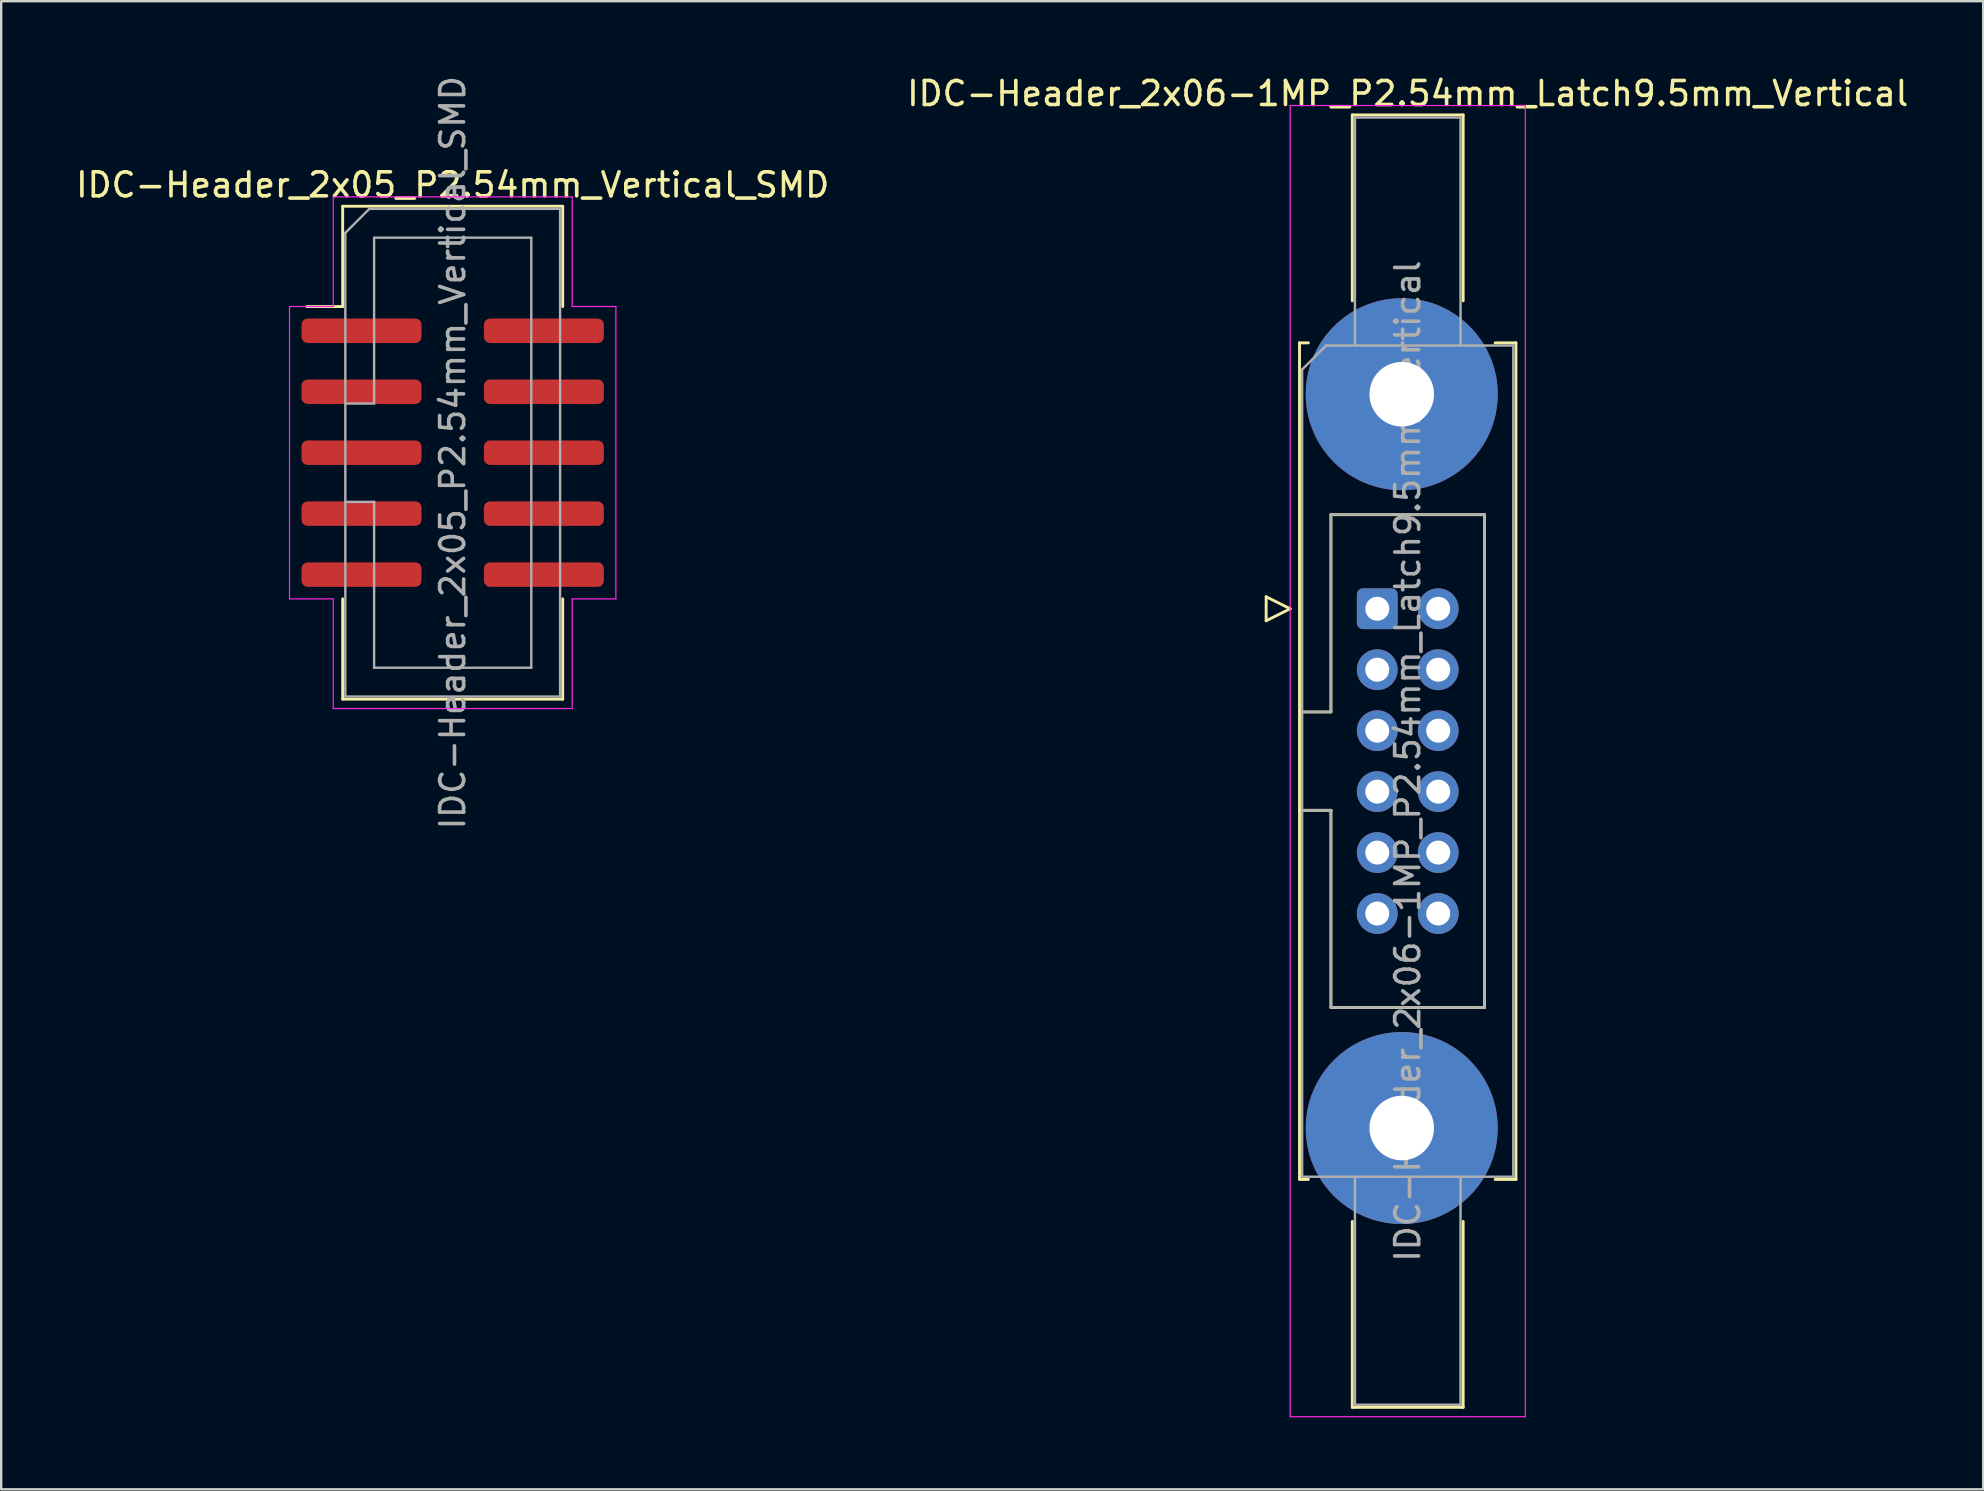
<source format=kicad_pcb>
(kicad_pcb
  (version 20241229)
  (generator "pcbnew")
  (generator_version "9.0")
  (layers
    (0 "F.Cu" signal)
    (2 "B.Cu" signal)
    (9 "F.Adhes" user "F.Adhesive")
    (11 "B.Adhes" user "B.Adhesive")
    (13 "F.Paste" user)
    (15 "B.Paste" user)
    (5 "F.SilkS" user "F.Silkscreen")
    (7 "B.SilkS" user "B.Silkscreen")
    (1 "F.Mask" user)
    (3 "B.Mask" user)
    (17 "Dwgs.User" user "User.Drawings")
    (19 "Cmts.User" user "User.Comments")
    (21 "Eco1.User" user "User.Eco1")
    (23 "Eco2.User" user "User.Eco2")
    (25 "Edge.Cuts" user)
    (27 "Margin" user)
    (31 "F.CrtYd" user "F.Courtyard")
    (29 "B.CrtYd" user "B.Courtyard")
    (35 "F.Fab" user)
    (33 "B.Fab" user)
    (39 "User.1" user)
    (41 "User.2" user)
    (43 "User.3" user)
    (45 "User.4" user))
  (footprint "IDC-Header_2x06-1MP_P2.54mm_Latch9.5mm_Vertical"
    (layer "F.Cu")
    (at 54.343 22.318)
    (property "Reference" "IDC-Header_2x06-1MP_P2.54mm_Latch9.5mm_Vertical" (at 1.27 -21.47 0) (layer "F.SilkS") (effects (font (size 1 1) (thickness 0.15))))
    (attr through_hole)
    (fp_line (start -4.63 -0.5) (end -4.63 0.5) (stroke (width 0.12) (type solid)) (layer "F.SilkS"))
    (fp_line (start -4.63 0.5) (end -3.63 0) (stroke (width 0.12) (type solid)) (layer "F.SilkS"))
    (fp_line (start -3.63 0) (end -4.63 -0.5) (stroke (width 0.12) (type solid)) (layer "F.SilkS"))
    (fp_line (start -3.24 -11.08) (end -3.24 23.78) (stroke (width 0.12) (type solid)) (layer "F.SilkS"))
    (fp_line (start -3.24 4.3) (end -1.93 4.3) (stroke (width 0.12) (type solid)) (layer "F.SilkS"))
    (fp_line (start -3.24 23.78) (end -2.87 23.78) (stroke (width 0.12) (type solid)) (layer "F.SilkS"))
    (fp_line (start -2.87 -11.08) (end -3.24 -11.08) (stroke (width 0.12) (type solid)) (layer "F.SilkS"))
    (fp_line (start -1.93 -3.92) (end 4.47 -3.92) (stroke (width 0.12) (type solid)) (layer "F.SilkS"))
    (fp_line (start -1.93 4.3) (end -1.93 -3.92) (stroke (width 0.12) (type solid)) (layer "F.SilkS"))
    (fp_line (start -1.93 8.4) (end -3.24 8.4) (stroke (width 0.12) (type solid)) (layer "F.SilkS"))
    (fp_line (start -1.93 8.4) (end -1.93 8.4) (stroke (width 0.12) (type solid)) (layer "F.SilkS"))
    (fp_line (start -1.93 16.62) (end -1.93 8.4) (stroke (width 0.12) (type solid)) (layer "F.SilkS"))
    (fp_line (start -1.04 -20.58) (end 3.58 -20.58) (stroke (width 0.12) (type solid)) (layer "F.SilkS"))
    (fp_line (start -1.04 -12.83) (end -1.04 -20.58) (stroke (width 0.12) (type solid)) (layer "F.SilkS"))
    (fp_line (start -1.04 25.53) (end -1.04 33.28) (stroke (width 0.12) (type solid)) (layer "F.SilkS"))
    (fp_line (start -1.04 33.28) (end 3.58 33.28) (stroke (width 0.12) (type solid)) (layer "F.SilkS"))
    (fp_line (start 3.58 -20.58) (end 3.58 -12.83) (stroke (width 0.12) (type solid)) (layer "F.SilkS"))
    (fp_line (start 3.58 33.28) (end 3.58 25.53) (stroke (width 0.12) (type solid)) (layer "F.SilkS"))
    (fp_line (start 4.47 -3.92) (end 4.47 16.62) (stroke (width 0.12) (type solid)) (layer "F.SilkS"))
    (fp_line (start 4.47 16.62) (end -1.93 16.62) (stroke (width 0.12) (type solid)) (layer "F.SilkS"))
    (fp_line (start 4.91 -11.08) (end 5.78 -11.08) (stroke (width 0.12) (type solid)) (layer "F.SilkS"))
    (fp_line (start 5.78 -11.08) (end 5.78 23.78) (stroke (width 0.12) (type solid)) (layer "F.SilkS"))
    (fp_line (start 5.78 23.78) (end 4.91 23.78) (stroke (width 0.12) (type solid)) (layer "F.SilkS"))
    (fp_line (start -3.63 -20.97) (end -3.63 33.67) (stroke (width 0.05) (type solid)) (layer "F.CrtYd"))
    (fp_line (start -3.63 33.67) (end 6.17 33.67) (stroke (width 0.05) (type solid)) (layer "F.CrtYd"))
    (fp_line (start 6.17 -20.97) (end -3.63 -20.97) (stroke (width 0.05) (type solid)) (layer "F.CrtYd"))
    (fp_line (start 6.17 33.67) (end 6.17 -20.97) (stroke (width 0.05) (type solid)) (layer "F.CrtYd"))
    (fp_line (start -3.13 -9.97) (end -2.13 -10.97) (stroke (width 0.1) (type solid)) (layer "F.Fab"))
    (fp_line (start -3.13 4.3) (end -1.93 4.3) (stroke (width 0.1) (type solid)) (layer "F.Fab"))
    (fp_line (start -3.13 23.67) (end -3.13 -9.97) (stroke (width 0.1) (type solid)) (layer "F.Fab"))
    (fp_line (start -2.13 -10.97) (end 5.67 -10.97) (stroke (width 0.1) (type solid)) (layer "F.Fab"))
    (fp_line (start -1.93 -3.92) (end 4.47 -3.92) (stroke (width 0.1) (type solid)) (layer "F.Fab"))
    (fp_line (start -1.93 4.3) (end -1.93 -3.92) (stroke (width 0.1) (type solid)) (layer "F.Fab"))
    (fp_line (start -1.93 8.4) (end -3.13 8.4) (stroke (width 0.1) (type solid)) (layer "F.Fab"))
    (fp_line (start -1.93 8.4) (end -1.93 8.4) (stroke (width 0.1) (type solid)) (layer "F.Fab"))
    (fp_line (start -1.93 16.62) (end -1.93 8.4) (stroke (width 0.1) (type solid)) (layer "F.Fab"))
    (fp_line (start -0.93 -20.47) (end 3.47 -20.47) (stroke (width 0.1) (type solid)) (layer "F.Fab"))
    (fp_line (start -0.93 -10.97) (end -0.93 -20.47) (stroke (width 0.1) (type solid)) (layer "F.Fab"))
    (fp_line (start -0.93 23.67) (end -0.93 33.17) (stroke (width 0.1) (type solid)) (layer "F.Fab"))
    (fp_line (start -0.93 33.17) (end 3.47 33.17) (stroke (width 0.1) (type solid)) (layer "F.Fab"))
    (fp_line (start 3.47 -20.47) (end 3.47 -10.97) (stroke (width 0.1) (type solid)) (layer "F.Fab"))
    (fp_line (start 3.47 33.17) (end 3.47 23.67) (stroke (width 0.1) (type solid)) (layer "F.Fab"))
    (fp_line (start 4.47 -3.92) (end 4.47 16.62) (stroke (width 0.1) (type solid)) (layer "F.Fab"))
    (fp_line (start 4.47 16.62) (end -1.93 16.62) (stroke (width 0.1) (type solid)) (layer "F.Fab"))
    (fp_line (start 5.67 -10.97) (end 5.67 23.67) (stroke (width 0.1) (type solid)) (layer "F.Fab"))
    (fp_line (start 5.67 23.67) (end -3.13 23.67) (stroke (width 0.1) (type solid)) (layer "F.Fab"))
    (fp_text user "${REFERENCE}" (at 1.27 6.35 90) (layer "F.Fab") (effects (font (size 1 1) (thickness 0.15))))
    (pad "1" thru_hole roundrect (at 0 0) (size 1.7 1.7) (drill 1) (layers "*.Cu" "*.Mask") (roundrect_rratio 0.147))
    (pad "2" thru_hole circle (at 2.54 0) (size 1.7 1.7) (drill 1) (layers "*.Cu" "*.Mask"))
    (pad "3" thru_hole circle (at 0 2.54) (size 1.7 1.7) (drill 1) (layers "*.Cu" "*.Mask"))
    (pad "4" thru_hole circle (at 2.54 2.54) (size 1.7 1.7) (drill 1) (layers "*.Cu" "*.Mask"))
    (pad "5" thru_hole circle (at 0 5.08) (size 1.7 1.7) (drill 1) (layers "*.Cu" "*.Mask"))
    (pad "6" thru_hole circle (at 2.54 5.08) (size 1.7 1.7) (drill 1) (layers "*.Cu" "*.Mask"))
    (pad "7" thru_hole circle (at 0 7.62) (size 1.7 1.7) (drill 1) (layers "*.Cu" "*.Mask"))
    (pad "8" thru_hole circle (at 2.54 7.62) (size 1.7 1.7) (drill 1) (layers "*.Cu" "*.Mask"))
    (pad "9" thru_hole circle (at 0 10.16) (size 1.7 1.7) (drill 1) (layers "*.Cu" "*.Mask"))
    (pad "10" thru_hole circle (at 2.54 10.16) (size 1.7 1.7) (drill 1) (layers "*.Cu" "*.Mask"))
    (pad "11" thru_hole circle (at 0 12.7) (size 1.7 1.7) (drill 1) (layers "*.Cu" "*.Mask"))
    (pad "12" thru_hole circle (at 2.54 12.7) (size 1.7 1.7) (drill 1) (layers "*.Cu" "*.Mask"))
    (pad "MP" thru_hole circle (at 1.02 -8.94) (size 8 8) (drill 2.69) (layers "*.Cu" "*.Mask"))
    (pad "MP" thru_hole circle (at 1.02 21.64) (size 8 8) (drill 2.69) (layers "*.Cu" "*.Mask")))
  (footprint "IDC-Header_2x05_P2.54mm_Vertical_SMD"
    (layer "F.Cu")
    (at 15.815 15.815)
    (property "Reference" "IDC-Header_2x05_P2.54mm_Vertical_SMD" (at 0 -11.16 0) (layer "F.SilkS") (effects (font (size 1 1) (thickness 0.15))))
    (attr smd)
    (fp_line (start -4.585 -10.27) (end 4.585 -10.27) (stroke (width 0.12) (type solid)) (layer "F.SilkS"))
    (fp_line (start -4.585 -6.09) (end -6.085 -6.09) (stroke (width 0.12) (type solid)) (layer "F.SilkS"))
    (fp_line (start -4.585 -6.09) (end -4.585 -10.27) (stroke (width 0.12) (type solid)) (layer "F.SilkS"))
    (fp_line (start -4.585 6.09) (end -4.585 10.27) (stroke (width 0.12) (type solid)) (layer "F.SilkS"))
    (fp_line (start -4.585 10.27) (end 4.585 10.27) (stroke (width 0.12) (type solid)) (layer "F.SilkS"))
    (fp_line (start 4.585 -10.27) (end 4.585 -6.09) (stroke (width 0.12) (type solid)) (layer "F.SilkS"))
    (fp_line (start 4.585 10.27) (end 4.585 6.09) (stroke (width 0.12) (type solid)) (layer "F.SilkS"))
    (fp_line (start -6.8 -6.09) (end -6.8 6.09) (stroke (width 0.05) (type solid)) (layer "F.CrtYd"))
    (fp_line (start -6.8 6.09) (end -4.98 6.09) (stroke (width 0.05) (type solid)) (layer "F.CrtYd"))
    (fp_line (start -4.98 -10.66) (end -4.98 -6.09) (stroke (width 0.05) (type solid)) (layer "F.CrtYd"))
    (fp_line (start -4.98 -6.09) (end -6.8 -6.09) (stroke (width 0.05) (type solid)) (layer "F.CrtYd"))
    (fp_line (start -4.98 6.09) (end -4.98 10.66) (stroke (width 0.05) (type solid)) (layer "F.CrtYd"))
    (fp_line (start -4.98 10.66) (end 4.98 10.66) (stroke (width 0.05) (type solid)) (layer "F.CrtYd"))
    (fp_line (start 4.98 -10.66) (end -4.98 -10.66) (stroke (width 0.05) (type solid)) (layer "F.CrtYd"))
    (fp_line (start 4.98 -6.09) (end 4.98 -10.66) (stroke (width 0.05) (type solid)) (layer "F.CrtYd"))
    (fp_line (start 4.98 6.09) (end 6.8 6.09) (stroke (width 0.05) (type solid)) (layer "F.CrtYd"))
    (fp_line (start 4.98 10.66) (end 4.98 6.09) (stroke (width 0.05) (type solid)) (layer "F.CrtYd"))
    (fp_line (start 6.8 -6.09) (end 4.98 -6.09) (stroke (width 0.05) (type solid)) (layer "F.CrtYd"))
    (fp_line (start 6.8 6.09) (end 6.8 -6.09) (stroke (width 0.05) (type solid)) (layer "F.CrtYd"))
    (fp_line (start -4.475 -9.16) (end -3.475 -10.16) (stroke (width 0.1) (type solid)) (layer "F.Fab"))
    (fp_line (start -4.475 -2.05) (end -3.275 -2.05) (stroke (width 0.1) (type solid)) (layer "F.Fab"))
    (fp_line (start -4.475 10.16) (end -4.475 -9.16) (stroke (width 0.1) (type solid)) (layer "F.Fab"))
    (fp_line (start -3.475 -10.16) (end 4.475 -10.16) (stroke (width 0.1) (type solid)) (layer "F.Fab"))
    (fp_line (start -3.275 -8.96) (end 3.275 -8.96) (stroke (width 0.1) (type solid)) (layer "F.Fab"))
    (fp_line (start -3.275 -2.05) (end -3.275 -8.96) (stroke (width 0.1) (type solid)) (layer "F.Fab"))
    (fp_line (start -3.275 2.05) (end -4.475 2.05) (stroke (width 0.1) (type solid)) (layer "F.Fab"))
    (fp_line (start -3.275 2.05) (end -3.275 2.05) (stroke (width 0.1) (type solid)) (layer "F.Fab"))
    (fp_line (start -3.275 8.96) (end -3.275 2.05) (stroke (width 0.1) (type solid)) (layer "F.Fab"))
    (fp_line (start 3.275 -8.96) (end 3.275 8.96) (stroke (width 0.1) (type solid)) (layer "F.Fab"))
    (fp_line (start 3.275 8.96) (end -3.275 8.96) (stroke (width 0.1) (type solid)) (layer "F.Fab"))
    (fp_line (start 4.475 -10.16) (end 4.475 10.16) (stroke (width 0.1) (type solid)) (layer "F.Fab"))
    (fp_line (start 4.475 10.16) (end -4.475 10.16) (stroke (width 0.1) (type solid)) (layer "F.Fab"))
    (fp_text user "${REFERENCE}" (at 0 0 90) (layer "F.Fab") (effects (font (size 1 1) (thickness 0.15))))
    (pad "1" smd roundrect (at -3.8 -5.08) (size 5 1.02) (layers "F.Cu" "F.Mask" "F.Paste") (roundrect_rratio 0.25))
    (pad "2" smd roundrect (at 3.8 -5.08) (size 5 1.02) (layers "F.Cu" "F.Mask" "F.Paste") (roundrect_rratio 0.25))
    (pad "3" smd roundrect (at -3.8 -2.54) (size 5 1.02) (layers "F.Cu" "F.Mask" "F.Paste") (roundrect_rratio 0.25))
    (pad "4" smd roundrect (at 3.8 -2.54) (size 5 1.02) (layers "F.Cu" "F.Mask" "F.Paste") (roundrect_rratio 0.25))
    (pad "5" smd roundrect (at -3.8 0) (size 5 1.02) (layers "F.Cu" "F.Mask" "F.Paste") (roundrect_rratio 0.25))
    (pad "6" smd roundrect (at 3.8 0) (size 5 1.02) (layers "F.Cu" "F.Mask" "F.Paste") (roundrect_rratio 0.25))
    (pad "7" smd roundrect (at -3.8 2.54) (size 5 1.02) (layers "F.Cu" "F.Mask" "F.Paste") (roundrect_rratio 0.25))
    (pad "8" smd roundrect (at 3.8 2.54) (size 5 1.02) (layers "F.Cu" "F.Mask" "F.Paste") (roundrect_rratio 0.25))
    (pad "9" smd roundrect (at -3.8 5.08) (size 5 1.02) (layers "F.Cu" "F.Mask" "F.Paste") (roundrect_rratio 0.25))
    (pad "10" smd roundrect (at 3.8 5.08) (size 5 1.02) (layers "F.Cu" "F.Mask" "F.Paste") (roundrect_rratio 0.25)))
  (gr_rect
    (start -3 -3)
    (end 79.595 59.013)
    (stroke (width 0.1) (type default))
    (fill no)
    (layer "Edge.Cuts")))
</source>
